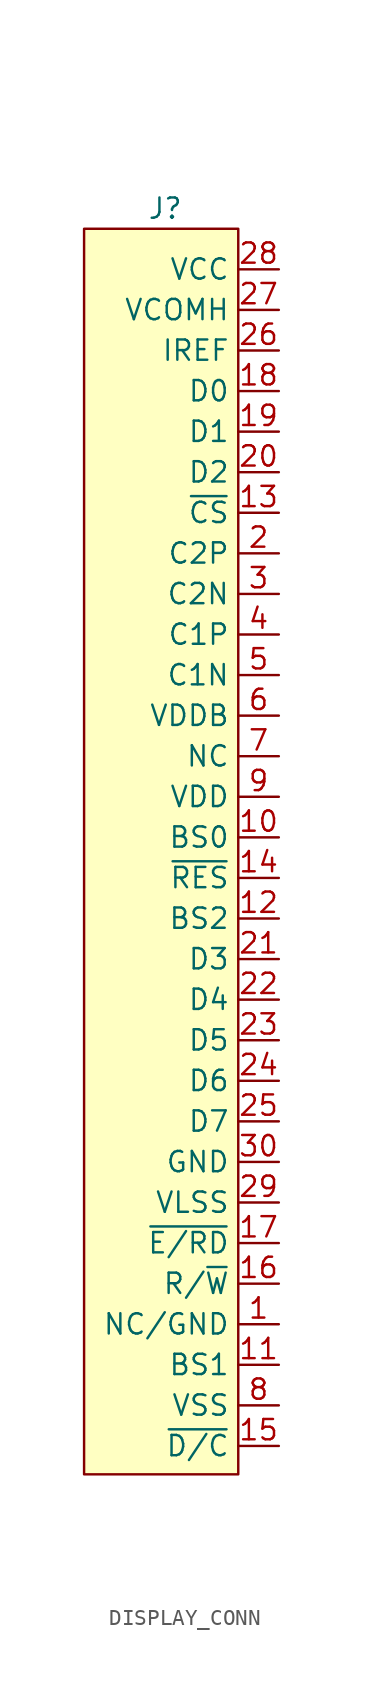
<source format=kicad_sym>
(kicad_symbol_lib
  (version 20241209)
  (generator "kicad_symbol_editor")
  (generator_version "9.0")
  (symbol "DISPLAY_CONN"
    (property "Reference" "J"
      (at 3.048 20.32 0)
      (effects (font (size 1.27 1.27))))
    (property "Value" ""
      (at 0 0 0)
      (effects (font (size 1.27 1.27))))
    (symbol "DISPLAY_CONN_1_1"
      (rectangle (start -2.032 19.05) (end 7.62 -58.928) (stroke (width 0) (type solid)) (fill (type background)))
      (pin passive line (at 10.16 16.51 180) (length 2.54) (name "VCC" (effects (font (size 1.27 1.27)))) (number "28" (effects (font (size 1.27 1.27)))))
      (pin passive line (at 10.16 13.97 180) (length 2.54) (name "VCOMH" (effects (font (size 1.27 1.27)))) (number "27" (effects (font (size 1.27 1.27)))))
      (pin passive line (at 10.16 11.43 180) (length 2.54) (name "IREF" (effects (font (size 1.27 1.27)))) (number "26" (effects (font (size 1.27 1.27)))))
      (pin passive line (at 10.16 8.89 180) (length 2.54) (name "D0" (effects (font (size 1.27 1.27)))) (number "18" (effects (font (size 1.27 1.27)))))
      (pin passive line (at 10.16 6.35 180) (length 2.54) (name "D1" (effects (font (size 1.27 1.27)))) (number "19" (effects (font (size 1.27 1.27)))))
      (pin passive line (at 10.16 3.81 180) (length 2.54) (name "D2" (effects (font (size 1.27 1.27)))) (number "20" (effects (font (size 1.27 1.27)))))
      (pin passive line (at 10.16 1.27 180) (length 2.54) (name "~{CS}" (effects (font (size 1.27 1.27)))) (number "13" (effects (font (size 1.27 1.27)))))
      (pin passive line (at 10.16 -1.27 180) (length 2.54) (name "C2P" (effects (font (size 1.27 1.27)))) (number "2" (effects (font (size 1.27 1.27)))))
      (pin passive line (at 10.16 -3.81 180) (length 2.54) (name "C2N" (effects (font (size 1.27 1.27)))) (number "3" (effects (font (size 1.27 1.27)))))
      (pin passive line (at 10.16 -6.35 180) (length 2.54) (name "C1P" (effects (font (size 1.27 1.27)))) (number "4" (effects (font (size 1.27 1.27)))))
      (pin passive line (at 10.16 -8.89 180) (length 2.54) (name "C1N" (effects (font (size 1.27 1.27)))) (number "5" (effects (font (size 1.27 1.27)))))
      (pin passive line (at 10.16 -11.43 180) (length 2.54) (name "VDDB" (effects (font (size 1.27 1.27)))) (number "6" (effects (font (size 1.27 1.27)))))
      (pin passive line (at 10.16 -13.97 180) (length 2.54) (name "NC" (effects (font (size 1.27 1.27)))) (number "7" (effects (font (size 1.27 1.27)))))
      (pin passive line (at 10.16 -16.51 180) (length 2.54) (name "VDD" (effects (font (size 1.27 1.27)))) (number "9" (effects (font (size 1.27 1.27)))))
      (pin passive line (at 10.16 -19.05 180) (length 2.54) (name "BS0" (effects (font (size 1.27 1.27)))) (number "10" (effects (font (size 1.27 1.27)))))
      (pin passive line (at 10.16 -21.59 180) (length 2.54) (name "~{RES}" (effects (font (size 1.27 1.27)))) (number "14" (effects (font (size 1.27 1.27)))))
      (pin passive line (at 10.16 -24.13 180) (length 2.54) (name "BS2" (effects (font (size 1.27 1.27)))) (number "12" (effects (font (size 1.27 1.27)))))
      (pin passive line (at 10.16 -26.67 180) (length 2.54) (name "D3" (effects (font (size 1.27 1.27)))) (number "21" (effects (font (size 1.27 1.27)))))
      (pin passive line (at 10.16 -29.21 180) (length 2.54) (name "D4" (effects (font (size 1.27 1.27)))) (number "22" (effects (font (size 1.27 1.27)))))
      (pin passive line (at 10.16 -31.75 180) (length 2.54) (name "D5" (effects (font (size 1.27 1.27)))) (number "23" (effects (font (size 1.27 1.27)))))
      (pin passive line (at 10.16 -34.29 180) (length 2.54) (name "D6" (effects (font (size 1.27 1.27)))) (number "24" (effects (font (size 1.27 1.27)))))
      (pin passive line (at 10.16 -36.83 180) (length 2.54) (name "D7" (effects (font (size 1.27 1.27)))) (number "25" (effects (font (size 1.27 1.27)))))
      (pin passive line (at 10.16 -39.37 180) (length 2.54) (name "GND" (effects (font (size 1.27 1.27)))) (number "30" (effects (font (size 1.27 1.27)))))
      (pin passive line (at 10.16 -41.91 180) (length 2.54) (name "VLSS" (effects (font (size 1.27 1.27)))) (number "29" (effects (font (size 1.27 1.27)))))
      (pin passive line (at 10.16 -44.45 180) (length 2.54) (name "~{E/RD}" (effects (font (size 1.27 1.27)))) (number "17" (effects (font (size 1.27 1.27)))))
      (pin passive line (at 10.16 -46.99 180) (length 2.54) (name "R/~{W}" (effects (font (size 1.27 1.27)))) (number "16" (effects (font (size 1.27 1.27)))))
      (pin passive line (at 10.16 -49.53 180) (length 2.54) (name "NC/GND" (effects (font (size 1.27 1.27)))) (number "1" (effects (font (size 1.27 1.27)))))
      (pin passive line (at 10.16 -52.07 180) (length 2.54) (name "BS1" (effects (font (size 1.27 1.27)))) (number "11" (effects (font (size 1.27 1.27)))))
      (pin passive line (at 10.16 -54.61 180) (length 2.54) (name "VSS" (effects (font (size 1.27 1.27)))) (number "8" (effects (font (size 1.27 1.27)))))
      (pin passive line (at 10.16 -57.15 180) (length 2.54) (name "~{D/C}" (effects (font (size 1.27 1.27)))) (number "15" (effects (font (size 1.27 1.27))))))))
</source>
